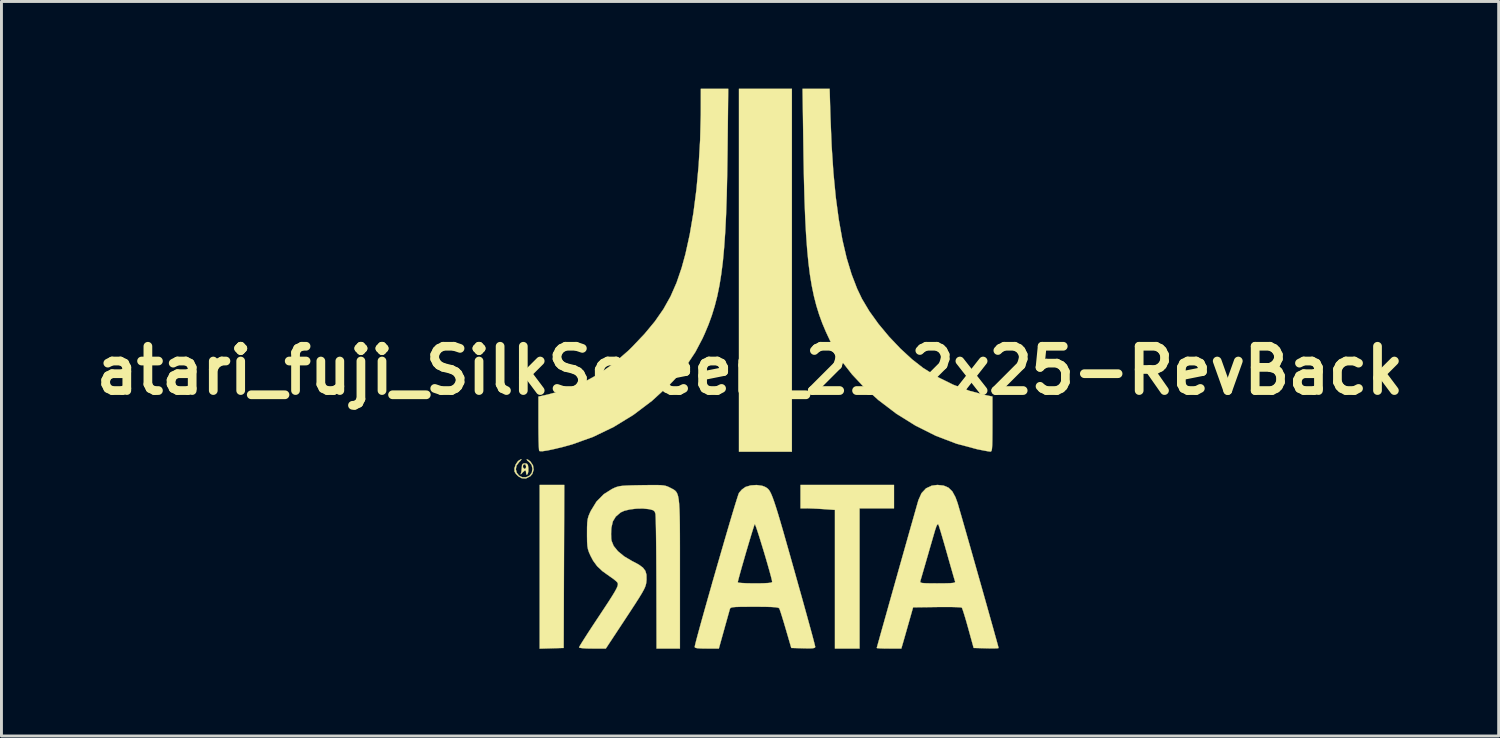
<source format=kicad_pcb>
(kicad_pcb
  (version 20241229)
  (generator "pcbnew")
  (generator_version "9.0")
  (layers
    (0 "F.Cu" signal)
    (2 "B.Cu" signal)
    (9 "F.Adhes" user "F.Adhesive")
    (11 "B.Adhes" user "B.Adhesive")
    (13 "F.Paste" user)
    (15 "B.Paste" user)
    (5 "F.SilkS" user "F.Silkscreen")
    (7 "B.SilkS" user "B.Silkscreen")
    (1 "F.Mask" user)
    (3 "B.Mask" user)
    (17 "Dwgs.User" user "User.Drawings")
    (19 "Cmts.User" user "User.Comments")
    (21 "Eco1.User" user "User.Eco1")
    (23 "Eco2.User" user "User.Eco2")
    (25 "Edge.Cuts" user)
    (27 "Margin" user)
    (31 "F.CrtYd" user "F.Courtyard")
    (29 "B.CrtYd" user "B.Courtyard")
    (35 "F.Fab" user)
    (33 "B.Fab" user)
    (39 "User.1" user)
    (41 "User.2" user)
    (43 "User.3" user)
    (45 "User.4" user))
  (footprint "atari_fuji_SilkScreen_21.2x25-RevBack"
    (layer "F.Cu")
    (at 22.758 9.699)
    (property "Reference" "atari_fuji_SilkScreen_21.2x25-RevBack" (at 0 0 0) (layer "F.SilkS") (effects (font (size 1.524 1.524) (thickness 0.3))))
    (attr through_hole)
    (fp_poly (pts (xy 1.439 2.794) (xy -0.381 2.794) (xy -0.381 -9.694) (xy 1.439 -9.694) (xy 1.439 2.794)) (stroke (width 0.01) (type solid)) (fill yes) (layer "F.SilkS"))
    (fp_poly (pts (xy -6.403 6.742) (xy -6.413 9.546) (xy -6.826 9.558) (xy -7.239 9.57) (xy -7.239 3.937) (xy -6.392 3.937) (xy -6.403 6.742)) (stroke (width 0.01) (type solid)) (fill yes) (layer "F.SilkS"))
    (fp_poly (pts (xy 4.953 4.741) (xy 3.768 4.741) (xy 3.768 9.567) (xy 2.921 9.567) (xy 2.921 4.796) (xy 2.533 4.769) (xy 2.331 4.756) (xy 2.134 4.747) (xy 1.976 4.742) (xy 1.941 4.741) (xy 1.736 4.741) (xy 1.736 3.937) (xy 4.953 3.937) (xy 4.953 4.741)) (stroke (width 0.01) (type solid)) (fill yes) (layer "F.SilkS"))
    (fp_poly (pts (xy -7.677 3.207) (xy -7.643 3.257) (xy -7.628 3.36) (xy -7.63 3.478) (xy -7.652 3.56) (xy -7.659 3.57) (xy -7.695 3.582) (xy -7.705 3.522) (xy -7.715 3.446) (xy -7.751 3.441) (xy -7.823 3.506) (xy -7.839 3.524) (xy -7.886 3.572) (xy -7.892 3.562) (xy -7.889 3.556) (xy -7.866 3.472) (xy -7.855 3.353) (xy -7.854 3.344) (xy -7.853 3.33) (xy -7.816 3.33) (xy -7.769 3.382) (xy -7.745 3.387) (xy -7.712 3.351) (xy -7.705 3.302) (xy -7.727 3.23) (xy -7.777 3.224) (xy -7.811 3.26) (xy -7.816 3.33) (xy -7.853 3.33) (xy -7.845 3.244) (xy -7.809 3.203) (xy -7.747 3.196) (xy -7.677 3.207)) (stroke (width 0.01) (type solid)) (fill yes) (layer "F.SilkS"))
    (fp_poly (pts (xy -7.862 3.058) (xy -7.903 3.111) (xy -7.942 3.147) (xy -8.035 3.269) (xy -8.059 3.398) (xy -8.027 3.518) (xy -7.95 3.615) (xy -7.84 3.672) (xy -7.709 3.673) (xy -7.587 3.617) (xy -7.51 3.517) (xy -7.486 3.385) (xy -7.515 3.252) (xy -7.596 3.152) (xy -7.6 3.149) (xy -7.668 3.094) (xy -7.685 3.057) (xy -7.685 3.056) (xy -7.642 3.067) (xy -7.568 3.122) (xy -7.556 3.133) (xy -7.468 3.265) (xy -7.447 3.415) (xy -7.491 3.556) (xy -7.562 3.638) (xy -7.71 3.714) (xy -7.854 3.706) (xy -7.972 3.64) (xy -8.056 3.556) (xy -8.105 3.476) (xy -8.107 3.362) (xy -8.062 3.23) (xy -7.987 3.122) (xy -7.968 3.106) (xy -7.885 3.054) (xy -7.862 3.058)) (stroke (width 0.01) (type solid)) (fill yes) (layer "F.SilkS"))
    (fp_poly (pts (xy -0.774 -7.567) (xy -0.786 -6.761) (xy -0.802 -6.032) (xy -0.824 -5.375) (xy -0.853 -4.783) (xy -0.89 -4.249) (xy -0.934 -3.766) (xy -0.989 -3.328) (xy -1.053 -2.929) (xy -1.128 -2.561) (xy -1.216 -2.218) (xy -1.316 -1.893) (xy -1.43 -1.58) (xy -1.559 -1.272) (xy -1.635 -1.105) (xy -1.881 -0.637) (xy -2.168 -0.204) (xy -2.511 0.215) (xy -2.772 0.491) (xy -3.374 1.043) (xy -4.017 1.528) (xy -4.693 1.942) (xy -5.396 2.281) (xy -6.12 2.541) (xy -6.411 2.622) (xy -6.727 2.699) (xy -6.965 2.75) (xy -7.131 2.775) (xy -7.228 2.776) (xy -7.254 2.765) (xy -7.262 2.717) (xy -7.269 2.596) (xy -7.275 2.416) (xy -7.279 2.189) (xy -7.281 1.928) (xy -7.281 1.818) (xy -7.281 0.897) (xy -6.953 0.825) (xy -6.336 0.654) (xy -5.761 0.424) (xy -5.218 0.127) (xy -4.696 -0.24) (xy -4.186 -0.685) (xy -4.043 -0.826) (xy -3.624 -1.268) (xy -3.273 -1.692) (xy -2.98 -2.114) (xy -2.735 -2.551) (xy -2.529 -3.02) (xy -2.353 -3.537) (xy -2.223 -4.01) (xy -2.075 -4.682) (xy -1.949 -5.423) (xy -1.846 -6.219) (xy -1.769 -7.056) (xy -1.718 -7.921) (xy -1.695 -8.799) (xy -1.694 -9.049) (xy -1.693 -9.694) (xy -0.751 -9.694) (xy -0.774 -7.567)) (stroke (width 0.01) (type solid)) (fill yes) (layer "F.SilkS"))
    (fp_poly (pts (xy 2.767 -8.71) (xy 2.808 -7.715) (xy 2.869 -6.799) (xy 2.95 -5.959) (xy 3.053 -5.194) (xy 3.177 -4.499) (xy 3.323 -3.873) (xy 3.493 -3.312) (xy 3.685 -2.814) (xy 3.85 -2.468) (xy 4.103 -2.043) (xy 4.418 -1.604) (xy 4.779 -1.17) (xy 5.17 -0.758) (xy 5.573 -0.386) (xy 5.951 -0.091) (xy 6.446 0.22) (xy 6.989 0.488) (xy 7.555 0.701) (xy 8.096 0.845) (xy 8.34 0.895) (xy 8.34 1.845) (xy 8.339 2.152) (xy 8.337 2.385) (xy 8.333 2.554) (xy 8.326 2.669) (xy 8.316 2.74) (xy 8.3 2.776) (xy 8.28 2.789) (xy 8.266 2.79) (xy 8.192 2.78) (xy 8.06 2.756) (xy 7.892 2.723) (xy 7.821 2.709) (xy 7.105 2.518) (xy 6.396 2.248) (xy 5.705 1.903) (xy 5.04 1.49) (xy 4.411 1.012) (xy 3.876 0.525) (xy 3.506 0.129) (xy 3.197 -0.267) (xy 2.931 -0.689) (xy 2.749 -1.035) (xy 2.611 -1.331) (xy 2.487 -1.624) (xy 2.378 -1.923) (xy 2.282 -2.232) (xy 2.198 -2.56) (xy 2.125 -2.911) (xy 2.062 -3.293) (xy 2.009 -3.712) (xy 1.965 -4.175) (xy 1.928 -4.688) (xy 1.898 -5.257) (xy 1.874 -5.889) (xy 1.855 -6.591) (xy 1.84 -7.369) (xy 1.836 -7.652) (xy 1.807 -9.694) (xy 2.738 -9.694) (xy 2.767 -8.71)) (stroke (width 0.01) (type solid)) (fill yes) (layer "F.SilkS"))
    (fp_poly (pts (xy 6.66 3.959) (xy 6.827 4.03) (xy 6.96 4.16) (xy 7.068 4.359) (xy 7.137 4.548) (xy 7.165 4.641) (xy 7.211 4.801) (xy 7.275 5.02) (xy 7.352 5.289) (xy 7.441 5.6) (xy 7.539 5.944) (xy 7.644 6.313) (xy 7.753 6.698) (xy 7.864 7.09) (xy 7.975 7.481) (xy 8.083 7.863) (xy 8.185 8.226) (xy 8.279 8.562) (xy 8.364 8.863) (xy 8.435 9.12) (xy 8.492 9.324) (xy 8.531 9.467) (xy 8.55 9.541) (xy 8.551 9.549) (xy 8.512 9.557) (xy 8.406 9.561) (xy 8.251 9.561) (xy 8.123 9.558) (xy 7.694 9.546) (xy 7.507 8.869) (xy 7.443 8.641) (xy 7.384 8.442) (xy 7.335 8.286) (xy 7.3 8.187) (xy 7.287 8.159) (xy 7.236 8.149) (xy 7.114 8.142) (xy 6.935 8.137) (xy 6.712 8.136) (xy 6.458 8.137) (xy 6.432 8.138) (xy 5.61 8.149) (xy 5.49 8.572) (xy 5.428 8.79) (xy 5.364 9.016) (xy 5.308 9.212) (xy 5.288 9.282) (xy 5.205 9.567) (xy 4.782 9.567) (xy 4.605 9.565) (xy 4.464 9.56) (xy 4.378 9.552) (xy 4.36 9.546) (xy 4.371 9.504) (xy 4.403 9.389) (xy 4.453 9.209) (xy 4.519 8.973) (xy 4.599 8.689) (xy 4.69 8.366) (xy 4.789 8.012) (xy 4.895 7.636) (xy 4.996 7.278) (xy 5.856 7.278) (xy 5.876 7.299) (xy 5.932 7.312) (xy 6.035 7.319) (xy 6.198 7.323) (xy 6.432 7.324) (xy 6.458 7.324) (xy 6.705 7.322) (xy 6.878 7.318) (xy 6.988 7.308) (xy 7.044 7.294) (xy 7.059 7.273) (xy 7.057 7.267) (xy 7.04 7.212) (xy 7.003 7.087) (xy 6.951 6.905) (xy 6.886 6.679) (xy 6.813 6.422) (xy 6.775 6.286) (xy 6.698 6.016) (xy 6.627 5.772) (xy 6.566 5.565) (xy 6.518 5.409) (xy 6.487 5.316) (xy 6.479 5.297) (xy 6.452 5.288) (xy 6.416 5.349) (xy 6.369 5.487) (xy 6.357 5.527) (xy 6.315 5.671) (xy 6.256 5.875) (xy 6.186 6.115) (xy 6.113 6.37) (xy 6.076 6.498) (xy 6.009 6.73) (xy 5.949 6.936) (xy 5.901 7.103) (xy 5.868 7.214) (xy 5.858 7.25) (xy 5.856 7.278) (xy 4.996 7.278) (xy 5.005 7.246) (xy 5.116 6.85) (xy 5.227 6.457) (xy 5.335 6.076) (xy 5.437 5.714) (xy 5.531 5.381) (xy 5.616 5.084) (xy 5.687 4.833) (xy 5.743 4.635) (xy 5.782 4.499) (xy 5.797 4.45) (xy 5.901 4.219) (xy 6.054 4.055) (xy 6.255 3.961) (xy 6.448 3.937) (xy 6.66 3.959)) (stroke (width 0.01) (type solid)) (fill yes) (layer "F.SilkS"))
    (fp_poly (pts (xy -3.089 3.944) (xy -2.98 3.954) (xy -2.898 3.97) (xy -2.829 3.994) (xy -2.759 4.028) (xy -2.755 4.03) (xy -2.687 4.065) (xy -2.629 4.096) (xy -2.579 4.132) (xy -2.538 4.177) (xy -2.504 4.239) (xy -2.477 4.323) (xy -2.456 4.436) (xy -2.44 4.585) (xy -2.429 4.776) (xy -2.421 5.015) (xy -2.416 5.309) (xy -2.414 5.663) (xy -2.413 6.085) (xy -2.413 6.58) (xy -2.413 6.995) (xy -2.413 9.567) (xy -3.217 9.567) (xy -3.222 7.313) (xy -3.224 6.88) (xy -3.226 6.47) (xy -3.229 6.09) (xy -3.233 5.75) (xy -3.237 5.458) (xy -3.242 5.222) (xy -3.247 5.05) (xy -3.252 4.95) (xy -3.254 4.932) (xy -3.281 4.853) (xy -3.335 4.807) (xy -3.441 4.777) (xy -3.484 4.769) (xy -3.688 4.748) (xy -3.915 4.753) (xy -4.136 4.78) (xy -4.326 4.826) (xy -4.451 4.882) (xy -4.62 5.026) (xy -4.721 5.192) (xy -4.77 5.405) (xy -4.775 5.459) (xy -4.781 5.625) (xy -4.776 5.781) (xy -4.766 5.857) (xy -4.693 6.037) (xy -4.545 6.219) (xy -4.331 6.395) (xy -4.061 6.555) (xy -4.039 6.566) (xy -3.827 6.679) (xy -3.686 6.783) (xy -3.602 6.894) (xy -3.564 7.028) (xy -3.562 7.2) (xy -3.565 7.235) (xy -3.572 7.307) (xy -3.587 7.376) (xy -3.613 7.452) (xy -3.656 7.544) (xy -3.722 7.662) (xy -3.815 7.815) (xy -3.94 8.011) (xy -4.103 8.261) (xy -4.273 8.52) (xy -4.963 9.567) (xy -5.424 9.567) (xy -5.618 9.564) (xy -5.77 9.554) (xy -5.862 9.54) (xy -5.884 9.527) (xy -5.862 9.482) (xy -5.798 9.377) (xy -5.699 9.22) (xy -5.572 9.022) (xy -5.421 8.791) (xy -5.254 8.538) (xy -5.246 8.527) (xy -5.04 8.215) (xy -4.876 7.966) (xy -4.751 7.77) (xy -4.66 7.621) (xy -4.599 7.51) (xy -4.563 7.429) (xy -4.548 7.371) (xy -4.549 7.328) (xy -4.556 7.306) (xy -4.601 7.254) (xy -4.698 7.174) (xy -4.827 7.083) (xy -4.841 7.074) (xy -5.082 6.901) (xy -5.261 6.732) (xy -5.399 6.544) (xy -5.49 6.371) (xy -5.542 6.255) (xy -5.576 6.152) (xy -5.596 6.041) (xy -5.606 5.898) (xy -5.609 5.702) (xy -5.609 5.609) (xy -5.608 5.389) (xy -5.601 5.231) (xy -5.586 5.112) (xy -5.558 5.01) (xy -5.513 4.901) (xy -5.477 4.826) (xy -5.283 4.509) (xy -5.032 4.255) (xy -4.752 4.078) (xy -4.663 4.035) (xy -4.583 4.004) (xy -4.496 3.982) (xy -4.389 3.967) (xy -4.245 3.958) (xy -4.05 3.951) (xy -3.788 3.946) (xy -3.725 3.945) (xy -3.448 3.942) (xy -3.24 3.941) (xy -3.089 3.944)) (stroke (width 0.01) (type solid)) (fill yes) (layer "F.SilkS"))
    (fp_poly (pts (xy 0.416 3.966) (xy 0.506 3.999) (xy 0.548 4.022) (xy 0.586 4.046) (xy 0.622 4.077) (xy 0.658 4.12) (xy 0.695 4.181) (xy 0.735 4.264) (xy 0.78 4.375) (xy 0.831 4.518) (xy 0.891 4.7) (xy 0.961 4.924) (xy 1.042 5.196) (xy 1.137 5.521) (xy 1.246 5.905) (xy 1.373 6.352) (xy 1.518 6.867) (xy 1.683 7.456) (xy 1.782 7.807) (xy 1.882 8.167) (xy 1.975 8.503) (xy 2.058 8.805) (xy 2.129 9.065) (xy 2.185 9.274) (xy 2.223 9.423) (xy 2.242 9.502) (xy 2.244 9.512) (xy 2.227 9.539) (xy 2.167 9.555) (xy 2.051 9.562) (xy 1.866 9.559) (xy 1.831 9.558) (xy 1.419 9.546) (xy 1.228 8.89) (xy 1.161 8.664) (xy 1.1 8.465) (xy 1.05 8.308) (xy 1.015 8.208) (xy 1.003 8.181) (xy 0.966 8.161) (xy 0.878 8.146) (xy 0.731 8.136) (xy 0.518 8.13) (xy 0.229 8.128) (xy 0.149 8.128) (xy -0.136 8.129) (xy -0.347 8.131) (xy -0.496 8.136) (xy -0.594 8.145) (xy -0.652 8.159) (xy -0.681 8.179) (xy -0.693 8.202) (xy -0.711 8.267) (xy -0.748 8.398) (xy -0.798 8.578) (xy -0.858 8.792) (xy -0.894 8.922) (xy -1.074 9.567) (xy -1.489 9.567) (xy -1.693 9.564) (xy -1.822 9.554) (xy -1.889 9.536) (xy -1.905 9.513) (xy -1.893 9.452) (xy -1.86 9.318) (xy -1.808 9.12) (xy -1.739 8.867) (xy -1.656 8.567) (xy -1.561 8.228) (xy -1.457 7.859) (xy -1.346 7.469) (xy -1.295 7.289) (xy -0.423 7.289) (xy -0.384 7.302) (xy -0.274 7.312) (xy -0.111 7.32) (xy 0.092 7.323) (xy 0.169 7.324) (xy 0.434 7.321) (xy 0.619 7.312) (xy 0.727 7.298) (xy 0.762 7.276) (xy 0.762 7.276) (xy 0.751 7.211) (xy 0.719 7.083) (xy 0.671 6.906) (xy 0.611 6.694) (xy 0.543 6.459) (xy 0.47 6.214) (xy 0.396 5.973) (xy 0.327 5.749) (xy 0.264 5.554) (xy 0.214 5.403) (xy 0.178 5.308) (xy 0.162 5.282) (xy 0.144 5.328) (xy 0.107 5.442) (xy 0.055 5.609) (xy -0.008 5.818) (xy -0.078 6.053) (xy -0.151 6.301) (xy -0.222 6.548) (xy -0.289 6.78) (xy -0.346 6.985) (xy -0.39 7.147) (xy -0.417 7.254) (xy -0.423 7.289) (xy -1.295 7.289) (xy -1.231 7.066) (xy -1.114 6.659) (xy -0.997 6.256) (xy -0.884 5.866) (xy -0.776 5.497) (xy -0.676 5.158) (xy -0.586 4.857) (xy -0.509 4.604) (xy -0.447 4.406) (xy -0.404 4.272) (xy -0.38 4.211) (xy -0.38 4.21) (xy -0.281 4.096) (xy -0.158 4.008) (xy -0.152 4.005) (xy 0.024 3.953) (xy 0.227 3.94) (xy 0.416 3.966)) (stroke (width 0.01) (type solid)) (fill yes) (layer "F.SilkS")))
  (gr_rect
    (start -3 -3)
    (end 48.517 22.275)
    (stroke (width 0.1) (type default))
    (fill no)
    (layer "Edge.Cuts")))
</source>
